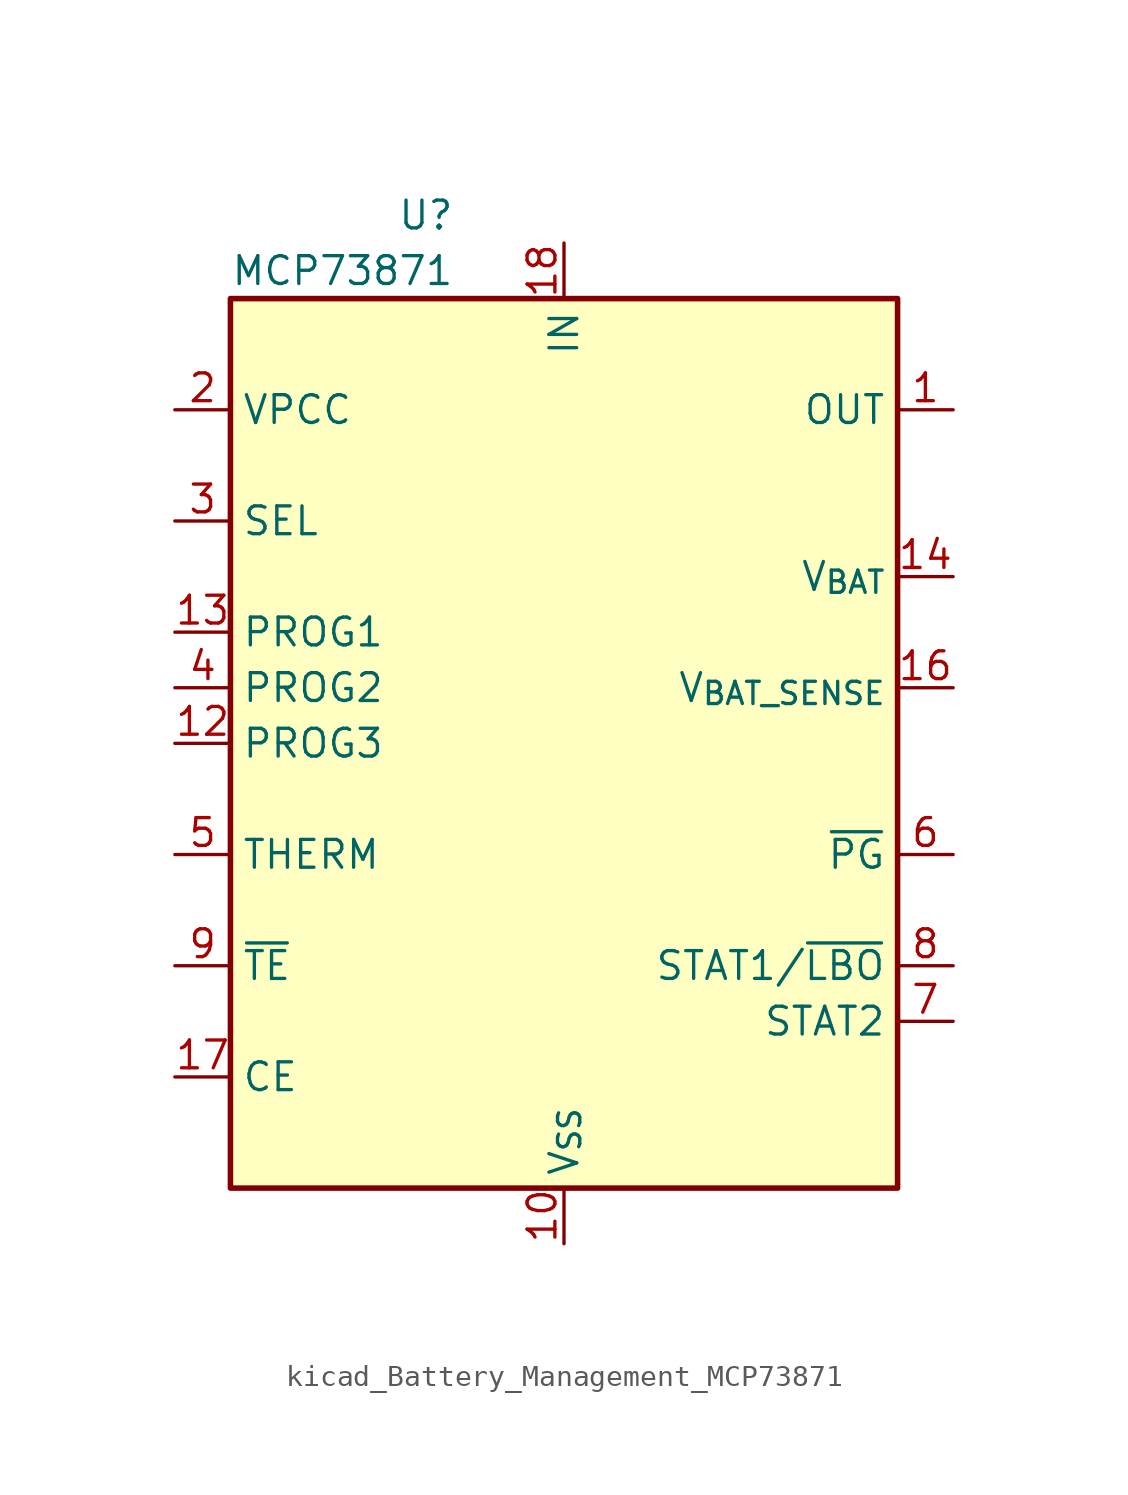
<source format=kicad_sym>
(kicad_symbol_lib
  (version 20220914)
  (generator kicad_symbol_editor)
  (symbol "kicad_Battery_Management_MCP73871"
    (property "Reference" "U"
      (at -7.62 24.13 0)
      (effects (font (size 1.27 1.27)) (justify left)))
    (property "Value" "MCP73871"
      (at -15.24 21.59 0)
      (effects (font (size 1.27 1.27)) (justify left)))
    (symbol "kicad_Battery_Management_MCP73871_0_1"
      (rectangle (start -15.24 20.32) (end 15.24 -20.32) (stroke (width 0.254) (type default)) (fill (type background))))
    (symbol "kicad_Battery_Management_MCP73871_1_1"
      (pin power_out line (at 17.78 15.24 180) (length 2.54) (name "OUT" (effects (font (size 1.27 1.27)))) (number "1" (effects (font (size 1.27 1.27)))))
      (pin power_in line (at 0 -22.86 90) (length 2.54) (name "V_{SS}" (effects (font (size 1.27 1.27)))) (number "10" (effects (font (size 1.27 1.27)))))
      (pin passive line (at 0 -22.86 90) (length 2.54) hide (name "V_{SS}" (effects (font (size 1.27 1.27)))) (number "11" (effects (font (size 1.27 1.27)))))
      (pin bidirectional line (at -17.78 0 0) (length 2.54) (name "PROG3" (effects (font (size 1.27 1.27)))) (number "12" (effects (font (size 1.27 1.27)))))
      (pin bidirectional line (at -17.78 5.08 0) (length 2.54) (name "PROG1" (effects (font (size 1.27 1.27)))) (number "13" (effects (font (size 1.27 1.27)))))
      (pin power_out line (at 17.78 7.62 180) (length 2.54) (name "V_{BAT}" (effects (font (size 1.27 1.27)))) (number "14" (effects (font (size 1.27 1.27)))))
      (pin passive line (at 17.78 7.62 180) (length 2.54) hide (name "V_{BAT}" (effects (font (size 1.27 1.27)))) (number "15" (effects (font (size 1.27 1.27)))))
      (pin input line (at 17.78 2.54 180) (length 2.54) (name "V_{BAT_SENSE}" (effects (font (size 1.27 1.27)))) (number "16" (effects (font (size 1.27 1.27)))))
      (pin input line (at -17.78 -15.24 0) (length 2.54) (name "CE" (effects (font (size 1.27 1.27)))) (number "17" (effects (font (size 1.27 1.27)))))
      (pin power_in line (at 0 22.86 270) (length 2.54) (name "IN" (effects (font (size 1.27 1.27)))) (number "18" (effects (font (size 1.27 1.27)))))
      (pin passive line (at 0 22.86 270) (length 2.54) hide (name "IN" (effects (font (size 1.27 1.27)))) (number "19" (effects (font (size 1.27 1.27)))))
      (pin input line (at -17.78 15.24 0) (length 2.54) (name "VPCC" (effects (font (size 1.27 1.27)))) (number "2" (effects (font (size 1.27 1.27)))))
      (pin passive line (at 17.78 15.24 180) (length 2.54) hide (name "OUT" (effects (font (size 1.27 1.27)))) (number "20" (effects (font (size 1.27 1.27)))))
      (pin passive line (at 0 -22.86 90) (length 2.54) hide (name "V_{SS}" (effects (font (size 1.27 1.27)))) (number "21" (effects (font (size 1.27 1.27)))))
      (pin input line (at -17.78 10.16 0) (length 2.54) (name "SEL" (effects (font (size 1.27 1.27)))) (number "3" (effects (font (size 1.27 1.27)))))
      (pin input line (at -17.78 2.54 0) (length 2.54) (name "PROG2" (effects (font (size 1.27 1.27)))) (number "4" (effects (font (size 1.27 1.27)))))
      (pin bidirectional line (at -17.78 -5.08 0) (length 2.54) (name "THERM" (effects (font (size 1.27 1.27)))) (number "5" (effects (font (size 1.27 1.27)))))
      (pin open_collector line (at 17.78 -5.08 180) (length 2.54) (name "~{PG}" (effects (font (size 1.27 1.27)))) (number "6" (effects (font (size 1.27 1.27)))))
      (pin open_collector line (at 17.78 -12.7 180) (length 2.54) (name "STAT2" (effects (font (size 1.27 1.27)))) (number "7" (effects (font (size 1.27 1.27)))))
      (pin open_collector line (at 17.78 -10.16 180) (length 2.54) (name "STAT1/~{LBO}" (effects (font (size 1.27 1.27)))) (number "8" (effects (font (size 1.27 1.27)))))
      (pin input line (at -17.78 -10.16 0) (length 2.54) (name "~{TE}" (effects (font (size 1.27 1.27)))) (number "9" (effects (font (size 1.27 1.27))))))))
</source>
